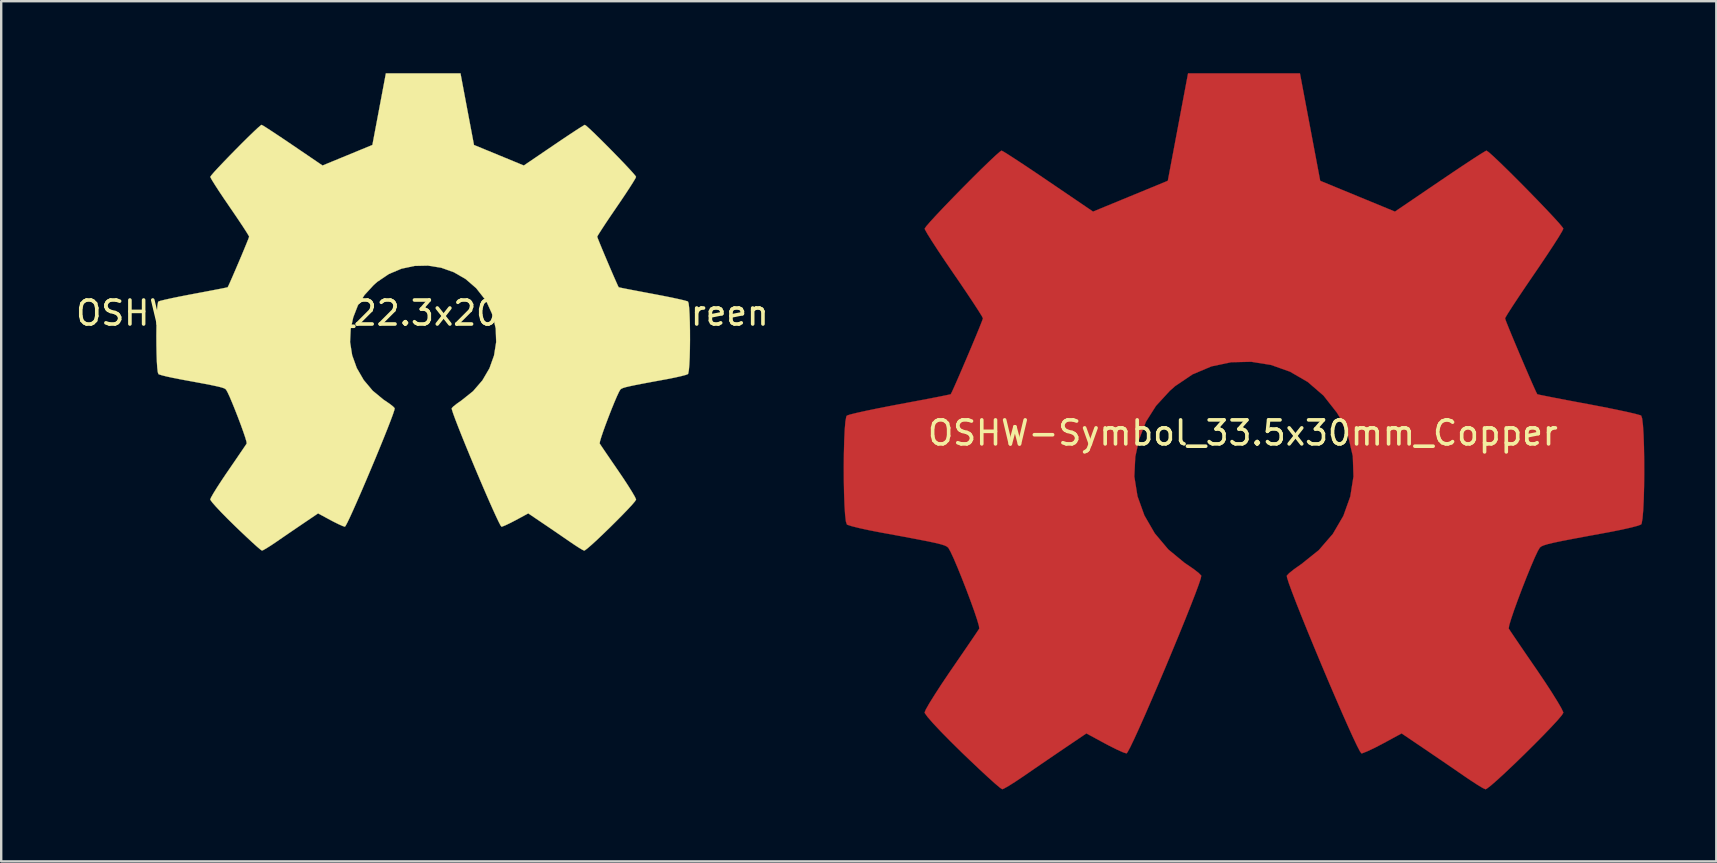
<source format=kicad_pcb>
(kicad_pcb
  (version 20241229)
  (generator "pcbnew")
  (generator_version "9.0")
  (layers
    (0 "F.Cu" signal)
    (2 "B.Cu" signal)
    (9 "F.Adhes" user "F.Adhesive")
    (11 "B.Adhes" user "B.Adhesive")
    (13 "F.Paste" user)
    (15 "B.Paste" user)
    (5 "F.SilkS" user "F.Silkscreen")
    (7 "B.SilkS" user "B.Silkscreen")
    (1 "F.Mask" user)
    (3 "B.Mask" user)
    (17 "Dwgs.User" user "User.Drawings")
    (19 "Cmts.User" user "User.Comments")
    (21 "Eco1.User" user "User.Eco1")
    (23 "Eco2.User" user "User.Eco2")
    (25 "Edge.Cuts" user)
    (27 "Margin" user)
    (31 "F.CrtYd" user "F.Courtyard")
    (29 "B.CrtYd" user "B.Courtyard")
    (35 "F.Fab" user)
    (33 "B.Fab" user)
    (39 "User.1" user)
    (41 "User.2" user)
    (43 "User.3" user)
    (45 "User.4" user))
  (footprint "OSHW-Symbol_33.5x30mm_Copper"
    (layer "F.Cu")
    (at 48.744 14.993)
    (property "Reference" "OSHW-Symbol_33.5x30mm_Copper" (at 0 0 0) (layer "F.SilkS") (effects (font (size 1 1) (thickness 0.15))))
    (attr exclude_from_pos_files exclude_from_bom)
    (fp_poly (pts (xy 2.8 -12.748) (xy 3.222 -10.509) (xy 4.779 -9.867) (xy 6.337 -9.225) (xy 8.206 -10.495) (xy 8.73 -10.849) (xy 9.203 -11.165) (xy 9.603 -11.429) (xy 9.91 -11.626) (xy 10.1 -11.741) (xy 10.151 -11.766) (xy 10.244 -11.702) (xy 10.443 -11.525) (xy 10.726 -11.257) (xy 11.07 -10.921) (xy 11.453 -10.54) (xy 11.852 -10.137) (xy 12.246 -9.733) (xy 12.612 -9.352) (xy 12.927 -9.017) (xy 13.17 -8.75) (xy 13.318 -8.573) (xy 13.354 -8.514) (xy 13.303 -8.405) (xy 13.16 -8.166) (xy 12.94 -7.821) (xy 12.658 -7.393) (xy 12.33 -6.905) (xy 12.14 -6.627) (xy 11.793 -6.118) (xy 11.485 -5.66) (xy 11.23 -5.274) (xy 11.044 -4.983) (xy 10.941 -4.81) (xy 10.926 -4.774) (xy 10.961 -4.67) (xy 11.056 -4.43) (xy 11.197 -4.086) (xy 11.37 -3.672) (xy 11.56 -3.222) (xy 11.753 -2.77) (xy 11.934 -2.35) (xy 12.089 -1.996) (xy 12.204 -1.741) (xy 12.265 -1.619) (xy 12.268 -1.615) (xy 12.363 -1.591) (xy 12.615 -1.54) (xy 12.999 -1.464) (xy 13.488 -1.37) (xy 14.056 -1.263) (xy 14.387 -1.202) (xy 14.994 -1.086) (xy 15.542 -0.976) (xy 16.004 -0.878) (xy 16.352 -0.797) (xy 16.557 -0.74) (xy 16.599 -0.722) (xy 16.639 -0.599) (xy 16.672 -0.323) (xy 16.697 0.076) (xy 16.714 0.564) (xy 16.723 1.11) (xy 16.725 1.68) (xy 16.719 2.242) (xy 16.705 2.765) (xy 16.683 3.215) (xy 16.654 3.56) (xy 16.618 3.768) (xy 16.596 3.812) (xy 16.464 3.864) (xy 16.185 3.938) (xy 15.796 4.026) (xy 15.333 4.119) (xy 15.172 4.149) (xy 14.393 4.292) (xy 13.777 4.407) (xy 13.305 4.498) (xy 12.956 4.571) (xy 12.71 4.63) (xy 12.546 4.68) (xy 12.444 4.724) (xy 12.384 4.768) (xy 12.375 4.777) (xy 12.291 4.918) (xy 12.162 5.191) (xy 12.002 5.565) (xy 11.823 6.004) (xy 11.638 6.475) (xy 11.46 6.946) (xy 11.302 7.382) (xy 11.178 7.75) (xy 11.098 8.017) (xy 11.078 8.149) (xy 11.079 8.153) (xy 11.15 8.261) (xy 11.309 8.497) (xy 11.541 8.839) (xy 11.829 9.26) (xy 12.156 9.736) (xy 12.249 9.871) (xy 12.58 10.362) (xy 12.872 10.81) (xy 13.108 11.189) (xy 13.273 11.473) (xy 13.35 11.638) (xy 13.354 11.658) (xy 13.289 11.764) (xy 13.11 11.975) (xy 12.84 12.267) (xy 12.502 12.618) (xy 12.119 13.005) (xy 11.714 13.406) (xy 11.309 13.799) (xy 10.928 14.159) (xy 10.594 14.466) (xy 10.33 14.696) (xy 10.159 14.826) (xy 10.112 14.848) (xy 10.001 14.798) (xy 9.775 14.662) (xy 9.471 14.464) (xy 9.236 14.305) (xy 8.812 14.013) (xy 8.309 13.669) (xy 7.804 13.325) (xy 7.533 13.141) (xy 6.615 12.52) (xy 5.845 12.937) (xy 5.494 13.12) (xy 5.195 13.261) (xy 4.993 13.342) (xy 4.942 13.354) (xy 4.88 13.27) (xy 4.758 13.036) (xy 4.585 12.671) (xy 4.37 12.197) (xy 4.122 11.637) (xy 3.851 11.011) (xy 3.564 10.343) (xy 3.273 9.652) (xy 2.985 8.961) (xy 2.709 8.292) (xy 2.456 7.666) (xy 2.233 7.105) (xy 2.051 6.631) (xy 1.917 6.265) (xy 1.842 6.029) (xy 1.83 5.948) (xy 1.926 5.844) (xy 2.136 5.676) (xy 2.416 5.479) (xy 2.44 5.463) (xy 3.164 4.883) (xy 3.749 4.206) (xy 4.188 3.454) (xy 4.476 2.649) (xy 4.609 1.812) (xy 4.581 0.965) (xy 4.388 0.129) (xy 4.024 -0.673) (xy 3.917 -0.849) (xy 3.36 -1.558) (xy 2.701 -2.127) (xy 1.965 -2.554) (xy 1.173 -2.835) (xy 0.348 -2.967) (xy -0.487 -2.948) (xy -1.309 -2.775) (xy -2.095 -2.444) (xy -2.823 -1.953) (xy -3.048 -1.754) (xy -3.621 -1.13) (xy -4.038 -0.473) (xy -4.325 0.263) (xy -4.484 0.993) (xy -4.524 1.813) (xy -4.392 2.636) (xy -4.104 3.437) (xy -3.671 4.185) (xy -3.108 4.854) (xy -2.427 5.416) (xy -2.338 5.475) (xy -2.054 5.669) (xy -1.839 5.837) (xy -1.736 5.944) (xy -1.734 5.948) (xy -1.756 6.064) (xy -1.844 6.327) (xy -1.988 6.716) (xy -2.18 7.209) (xy -2.409 7.784) (xy -2.668 8.42) (xy -2.947 9.095) (xy -3.236 9.788) (xy -3.528 10.476) (xy -3.812 11.137) (xy -4.079 11.752) (xy -4.322 12.297) (xy -4.529 12.751) (xy -4.693 13.092) (xy -4.804 13.299) (xy -4.848 13.354) (xy -4.985 13.311) (xy -5.24 13.198) (xy -5.57 13.033) (xy -5.751 12.937) (xy -6.522 12.52) (xy -7.44 13.141) (xy -7.908 13.459) (xy -8.421 13.809) (xy -8.902 14.139) (xy -9.143 14.305) (xy -9.482 14.532) (xy -9.768 14.713) (xy -9.966 14.823) (xy -10.03 14.846) (xy -10.123 14.783) (xy -10.33 14.608) (xy -10.63 14.338) (xy -11.003 13.992) (xy -11.429 13.588) (xy -11.699 13.329) (xy -12.17 12.865) (xy -12.578 12.451) (xy -12.905 12.103) (xy -13.135 11.84) (xy -13.252 11.678) (xy -13.263 11.646) (xy -13.211 11.521) (xy -13.068 11.269) (xy -12.848 10.916) (xy -12.57 10.486) (xy -12.247 10.005) (xy -12.155 9.871) (xy -11.821 9.384) (xy -11.521 8.946) (xy -11.272 8.581) (xy -11.091 8.313) (xy -10.995 8.168) (xy -10.986 8.153) (xy -11 8.038) (xy -11.074 7.783) (xy -11.194 7.424) (xy -11.349 6.994) (xy -11.525 6.525) (xy -11.71 6.052) (xy -11.89 5.608) (xy -12.053 5.226) (xy -12.186 4.941) (xy -12.275 4.785) (xy -12.282 4.777) (xy -12.337 4.733) (xy -12.429 4.688) (xy -12.58 4.64) (xy -12.809 4.583) (xy -13.137 4.513) (xy -13.584 4.426) (xy -14.17 4.315) (xy -14.917 4.178) (xy -15.078 4.149) (xy -15.557 4.056) (xy -15.974 3.966) (xy -16.294 3.886) (xy -16.478 3.826) (xy -16.502 3.812) (xy -16.543 3.687) (xy -16.576 3.409) (xy -16.601 3.009) (xy -16.619 2.52) (xy -16.629 1.974) (xy -16.632 1.404) (xy -16.626 0.842) (xy -16.613 0.32) (xy -16.592 -0.129) (xy -16.564 -0.473) (xy -16.527 -0.68) (xy -16.505 -0.722) (xy -16.383 -0.765) (xy -16.105 -0.834) (xy -15.698 -0.924) (xy -15.19 -1.029) (xy -14.61 -1.142) (xy -14.294 -1.202) (xy -13.694 -1.314) (xy -13.159 -1.415) (xy -12.715 -1.501) (xy -12.388 -1.567) (xy -12.205 -1.606) (xy -12.175 -1.615) (xy -12.124 -1.713) (xy -12.016 -1.95) (xy -11.866 -2.292) (xy -11.688 -2.704) (xy -11.496 -3.154) (xy -11.304 -3.607) (xy -11.128 -4.029) (xy -10.981 -4.386) (xy -10.878 -4.645) (xy -10.833 -4.772) (xy -10.832 -4.778) (xy -10.883 -4.878) (xy -11.026 -5.108) (xy -11.246 -5.446) (xy -11.527 -5.868) (xy -11.855 -6.352) (xy -12.046 -6.63) (xy -12.394 -7.14) (xy -12.703 -7.602) (xy -12.958 -7.995) (xy -13.144 -8.293) (xy -13.246 -8.475) (xy -13.26 -8.515) (xy -13.197 -8.61) (xy -13.022 -8.812) (xy -12.758 -9.099) (xy -12.428 -9.448) (xy -12.052 -9.837) (xy -11.655 -10.242) (xy -11.257 -10.642) (xy -10.882 -11.013) (xy -10.551 -11.333) (xy -10.288 -11.58) (xy -10.114 -11.73) (xy -10.056 -11.766) (xy -9.961 -11.716) (xy -9.734 -11.574) (xy -9.398 -11.356) (xy -8.973 -11.075) (xy -8.483 -10.746) (xy -8.113 -10.495) (xy -6.244 -9.225) (xy -4.686 -9.867) (xy -3.128 -10.509) (xy -2.706 -12.748) (xy -2.284 -14.988) (xy 2.377 -14.988) (xy 2.8 -12.748)) (stroke (width 0.01) (type solid)) (fill yes) (layer "F.Cu")))
  (footprint "OSHW-Symbol_22.3x20mm_SilkScreen"
    (layer "F.Cu")
    (at 14.554 9.997)
    (property "Reference" "OSHW-Symbol_22.3x20mm_SilkScreen" (at 0 0 0) (layer "F.SilkS") (effects (font (size 1 1) (thickness 0.15))))
    (attr exclude_from_pos_files exclude_from_bom)
    (fp_poly (pts (xy 1.866 -8.499) (xy 2.148 -7.006) (xy 3.186 -6.578) (xy 4.225 -6.15) (xy 5.471 -6.997) (xy 5.82 -7.233) (xy 6.135 -7.443) (xy 6.402 -7.619) (xy 6.606 -7.75) (xy 6.733 -7.827) (xy 6.767 -7.844) (xy 6.83 -7.801) (xy 6.962 -7.683) (xy 7.151 -7.505) (xy 7.38 -7.281) (xy 7.635 -7.027) (xy 7.901 -6.758) (xy 8.164 -6.489) (xy 8.408 -6.235) (xy 8.618 -6.011) (xy 8.78 -5.833) (xy 8.879 -5.715) (xy 8.902 -5.676) (xy 8.868 -5.603) (xy 8.773 -5.444) (xy 8.627 -5.214) (xy 8.439 -4.929) (xy 8.22 -4.603) (xy 8.093 -4.418) (xy 7.862 -4.079) (xy 7.656 -3.773) (xy 7.487 -3.516) (xy 7.363 -3.322) (xy 7.294 -3.207) (xy 7.284 -3.182) (xy 7.307 -3.114) (xy 7.371 -2.953) (xy 7.465 -2.724) (xy 7.58 -2.448) (xy 7.707 -2.148) (xy 7.835 -1.847) (xy 7.956 -1.567) (xy 8.06 -1.331) (xy 8.136 -1.161) (xy 8.176 -1.08) (xy 8.179 -1.076) (xy 8.242 -1.061) (xy 8.41 -1.026) (xy 8.666 -0.976) (xy 8.992 -0.914) (xy 9.371 -0.842) (xy 9.591 -0.801) (xy 9.996 -0.724) (xy 10.362 -0.651) (xy 10.669 -0.585) (xy 10.901 -0.531) (xy 11.038 -0.493) (xy 11.066 -0.481) (xy 11.093 -0.4) (xy 11.115 -0.215) (xy 11.131 0.051) (xy 11.143 0.376) (xy 11.149 0.74) (xy 11.15 1.12) (xy 11.146 1.495) (xy 11.137 1.843) (xy 11.122 2.143) (xy 11.103 2.373) (xy 11.078 2.512) (xy 11.064 2.541) (xy 10.976 2.576) (xy 10.79 2.625) (xy 10.531 2.684) (xy 10.222 2.746) (xy 10.114 2.766) (xy 9.595 2.861) (xy 9.185 2.938) (xy 8.87 2.999) (xy 8.638 3.048) (xy 8.473 3.087) (xy 8.364 3.12) (xy 8.296 3.15) (xy 8.256 3.179) (xy 8.25 3.185) (xy 8.194 3.278) (xy 8.108 3.461) (xy 8.001 3.71) (xy 7.882 4.002) (xy 7.759 4.317) (xy 7.64 4.631) (xy 7.535 4.921) (xy 7.452 5.167) (xy 7.399 5.345) (xy 7.385 5.432) (xy 7.386 5.435) (xy 7.433 5.507) (xy 7.539 5.665) (xy 7.694 5.892) (xy 7.886 6.173) (xy 8.104 6.491) (xy 8.166 6.581) (xy 8.387 6.908) (xy 8.581 7.206) (xy 8.739 7.459) (xy 8.849 7.649) (xy 8.9 7.759) (xy 8.902 7.772) (xy 8.859 7.843) (xy 8.74 7.983) (xy 8.56 8.178) (xy 8.335 8.412) (xy 8.079 8.67) (xy 7.809 8.938) (xy 7.539 9.199) (xy 7.286 9.44) (xy 7.063 9.644) (xy 6.887 9.797) (xy 6.773 9.884) (xy 6.741 9.899) (xy 6.667 9.865) (xy 6.517 9.775) (xy 6.314 9.643) (xy 6.158 9.537) (xy 5.874 9.342) (xy 5.539 9.112) (xy 5.203 8.883) (xy 5.022 8.761) (xy 4.41 8.347) (xy 3.896 8.625) (xy 3.662 8.746) (xy 3.463 8.841) (xy 3.329 8.895) (xy 3.294 8.902) (xy 3.253 8.847) (xy 3.172 8.69) (xy 3.057 8.447) (xy 2.913 8.131) (xy 2.748 7.758) (xy 2.567 7.341) (xy 2.376 6.895) (xy 2.182 6.435) (xy 1.99 5.974) (xy 1.806 5.528) (xy 1.637 5.111) (xy 1.489 4.737) (xy 1.367 4.421) (xy 1.278 4.177) (xy 1.228 4.019) (xy 1.22 3.965) (xy 1.284 3.896) (xy 1.424 3.784) (xy 1.611 3.652) (xy 1.626 3.642) (xy 2.11 3.255) (xy 2.499 2.804) (xy 2.792 2.303) (xy 2.984 1.766) (xy 3.073 1.208) (xy 3.054 0.643) (xy 2.925 0.086) (xy 2.683 -0.449) (xy 2.611 -0.566) (xy 2.24 -1.038) (xy 1.801 -1.418) (xy 1.31 -1.702) (xy 0.782 -1.89) (xy 0.232 -1.978) (xy -0.325 -1.966) (xy -0.872 -1.85) (xy -1.397 -1.629) (xy -1.882 -1.302) (xy -2.032 -1.169) (xy -2.414 -0.753) (xy -2.692 -0.315) (xy -2.883 0.176) (xy -2.99 0.662) (xy -3.016 1.208) (xy -2.928 1.758) (xy -2.736 2.291) (xy -2.447 2.79) (xy -2.072 3.236) (xy -1.618 3.611) (xy -1.558 3.65) (xy -1.369 3.779) (xy -1.226 3.891) (xy -1.157 3.963) (xy -1.156 3.965) (xy -1.171 4.042) (xy -1.229 4.218) (xy -1.325 4.477) (xy -1.453 4.806) (xy -1.606 5.19) (xy -1.779 5.614) (xy -1.964 6.063) (xy -2.158 6.525) (xy -2.352 6.984) (xy -2.541 7.425) (xy -2.72 7.835) (xy -2.881 8.198) (xy -3.019 8.501) (xy -3.128 8.728) (xy -3.202 8.866) (xy -3.232 8.902) (xy -3.323 8.874) (xy -3.493 8.798) (xy -3.713 8.689) (xy -3.834 8.625) (xy -4.348 8.347) (xy -4.96 8.761) (xy -5.272 8.973) (xy -5.614 9.206) (xy -5.935 9.426) (xy -6.095 9.537) (xy -6.321 9.688) (xy -6.512 9.808) (xy -6.644 9.882) (xy -6.687 9.897) (xy -6.749 9.856) (xy -6.887 9.739) (xy -7.087 9.559) (xy -7.335 9.328) (xy -7.619 9.059) (xy -7.799 8.886) (xy -8.114 8.577) (xy -8.385 8.301) (xy -8.603 8.069) (xy -8.757 7.893) (xy -8.835 7.786) (xy -8.842 7.764) (xy -8.807 7.681) (xy -8.712 7.513) (xy -8.566 7.277) (xy -8.38 6.991) (xy -8.165 6.67) (xy -8.103 6.581) (xy -7.881 6.256) (xy -7.681 5.964) (xy -7.515 5.72) (xy -7.394 5.542) (xy -7.33 5.445) (xy -7.324 5.435) (xy -7.333 5.358) (xy -7.382 5.189) (xy -7.463 4.95) (xy -7.566 4.663) (xy -7.684 4.35) (xy -7.807 4.035) (xy -7.927 3.739) (xy -8.035 3.484) (xy -8.124 3.294) (xy -8.184 3.19) (xy -8.188 3.185) (xy -8.224 3.155) (xy -8.286 3.126) (xy -8.387 3.094) (xy -8.539 3.056) (xy -8.758 3.009) (xy -9.056 2.95) (xy -9.447 2.877) (xy -9.944 2.786) (xy -10.052 2.766) (xy -10.371 2.704) (xy -10.65 2.644) (xy -10.862 2.591) (xy -10.985 2.551) (xy -11.001 2.541) (xy -11.029 2.458) (xy -11.051 2.273) (xy -11.068 2.006) (xy -11.079 1.68) (xy -11.086 1.316) (xy -11.088 0.936) (xy -11.084 0.561) (xy -11.075 0.213) (xy -11.062 -0.086) (xy -11.042 -0.315) (xy -11.018 -0.453) (xy -11.004 -0.481) (xy -10.922 -0.51) (xy -10.736 -0.556) (xy -10.465 -0.616) (xy -10.127 -0.686) (xy -9.74 -0.761) (xy -9.529 -0.801) (xy -9.129 -0.876) (xy -8.773 -0.944) (xy -8.477 -1.001) (xy -8.259 -1.044) (xy -8.137 -1.071) (xy -8.117 -1.076) (xy -8.083 -1.142) (xy -8.011 -1.3) (xy -7.911 -1.528) (xy -7.792 -1.803) (xy -7.664 -2.103) (xy -7.536 -2.404) (xy -7.419 -2.686) (xy -7.321 -2.924) (xy -7.252 -3.097) (xy -7.222 -3.182) (xy -7.222 -3.185) (xy -7.256 -3.252) (xy -7.351 -3.406) (xy -7.497 -3.631) (xy -7.685 -3.912) (xy -7.904 -4.235) (xy -8.031 -4.42) (xy -8.263 -4.76) (xy -8.469 -5.068) (xy -8.639 -5.33) (xy -8.763 -5.529) (xy -8.83 -5.65) (xy -8.84 -5.677) (xy -8.798 -5.74) (xy -8.682 -5.875) (xy -8.506 -6.066) (xy -8.285 -6.299) (xy -8.035 -6.558) (xy -7.77 -6.828) (xy -7.505 -7.095) (xy -7.255 -7.342) (xy -7.034 -7.556) (xy -6.859 -7.72) (xy -6.743 -7.82) (xy -6.704 -7.844) (xy -6.641 -7.811) (xy -6.489 -7.716) (xy -6.265 -7.57) (xy -5.982 -7.383) (xy -5.655 -7.164) (xy -5.409 -6.997) (xy -4.163 -6.15) (xy -3.124 -6.578) (xy -2.086 -7.006) (xy -1.804 -8.499) (xy -1.523 -9.992) (xy 1.585 -9.992) (xy 1.866 -8.499)) (stroke (width 0.01) (type solid)) (fill yes) (layer "F.SilkS")))
  (gr_rect
    (start -3 -3)
    (end 68.473 32.846)
    (stroke (width 0.1) (type default))
    (fill no)
    (layer "Edge.Cuts")))
</source>
